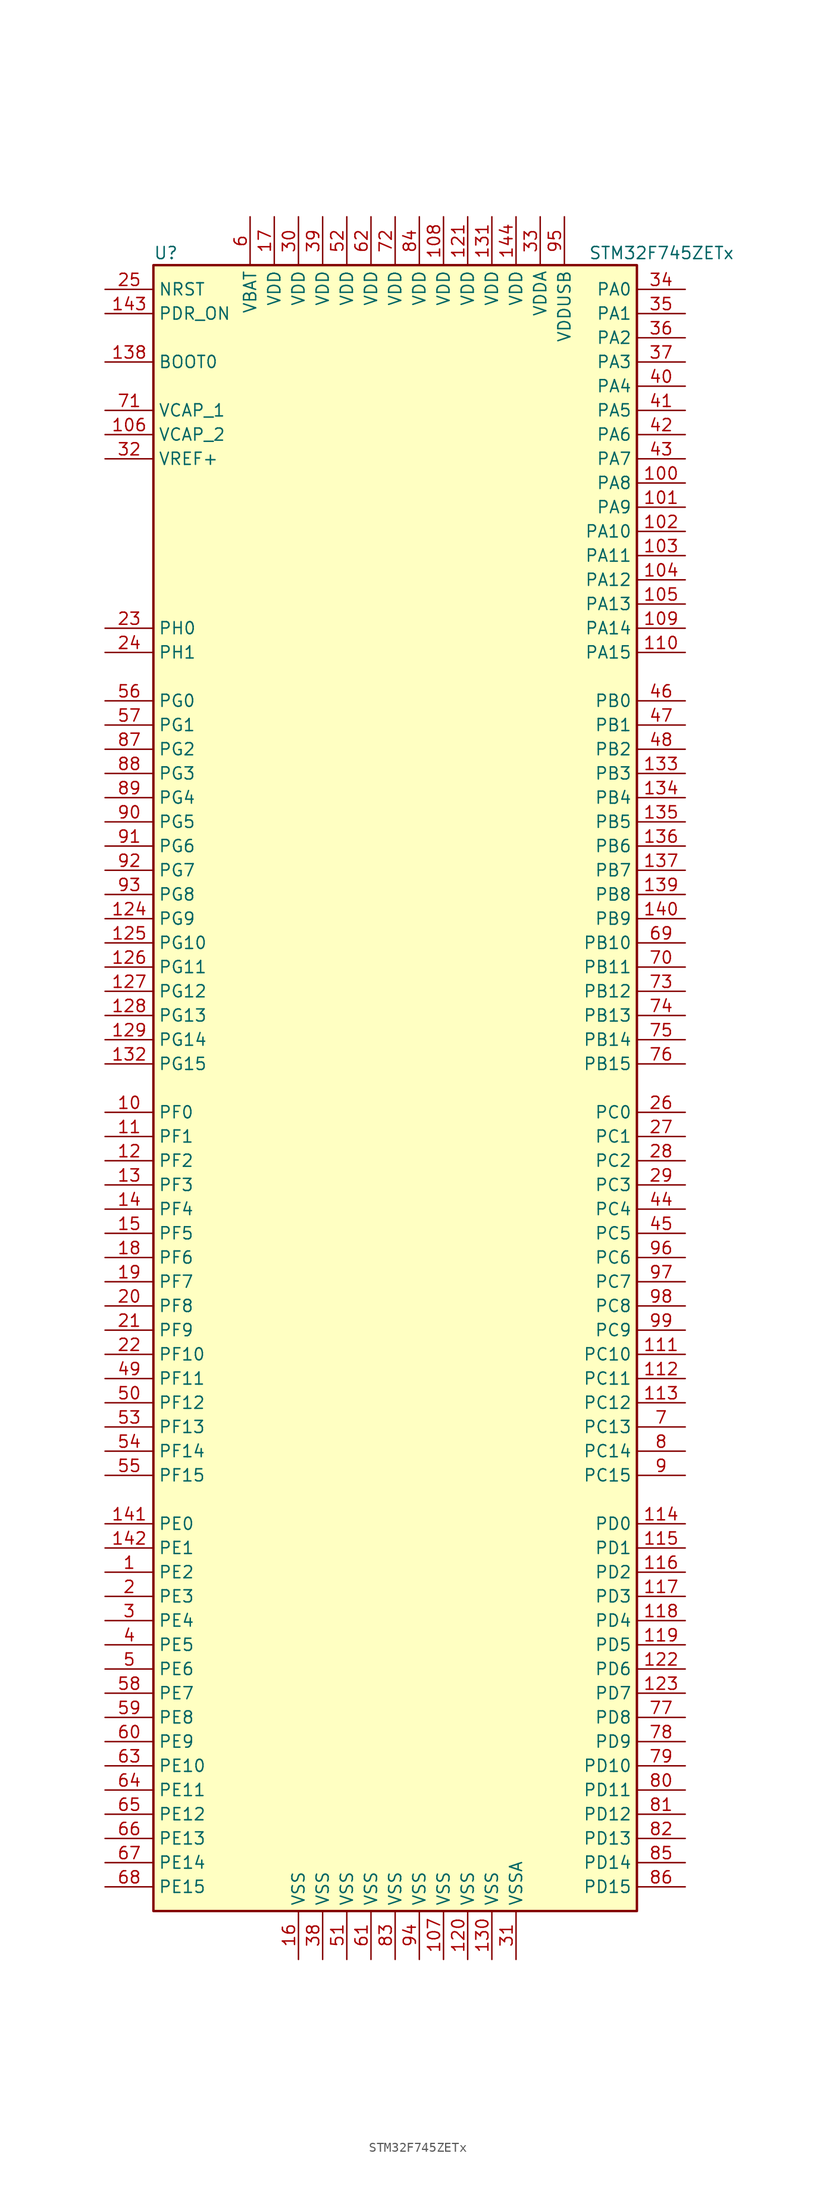
<source format=kicad_sym>
(kicad_symbol_lib
  (version 20201005)
  (generator kicad_symbol_editor)
  (symbol "STM32F745ZETx"
    (property "Reference" "U"
      (at -25.4 87.63 0)
      (effects (font (size 1.27 1.27)) (justify left)))
    (property "Value" "STM32F745ZETx"
      (at 20.32 87.63 0)
      (effects (font (size 1.27 1.27)) (justify left)))
    (symbol "STM32F745ZETx_0_1"
      (rectangle (start -25.4 -86.36) (end 25.4 86.36) (stroke (width 0.254)) (fill (type background))))
    (symbol "STM32F745ZETx_1_1"
      (pin bidirectional line (at -30.48 -50.8 0) (length 5.08) (name "PE2" (effects (font (size 1.27 1.27)))) (number "1" (effects (font (size 1.27 1.27)))))
      (pin bidirectional line (at -30.48 -2.54 0) (length 5.08) (name "PF0" (effects (font (size 1.27 1.27)))) (number "10" (effects (font (size 1.27 1.27)))))
      (pin bidirectional line (at 30.48 63.5 180) (length 5.08) (name "PA8" (effects (font (size 1.27 1.27)))) (number "100" (effects (font (size 1.27 1.27)))))
      (pin bidirectional line (at 30.48 60.96 180) (length 5.08) (name "PA9" (effects (font (size 1.27 1.27)))) (number "101" (effects (font (size 1.27 1.27)))))
      (pin bidirectional line (at 30.48 58.42 180) (length 5.08) (name "PA10" (effects (font (size 1.27 1.27)))) (number "102" (effects (font (size 1.27 1.27)))))
      (pin bidirectional line (at 30.48 55.88 180) (length 5.08) (name "PA11" (effects (font (size 1.27 1.27)))) (number "103" (effects (font (size 1.27 1.27)))))
      (pin bidirectional line (at 30.48 53.34 180) (length 5.08) (name "PA12" (effects (font (size 1.27 1.27)))) (number "104" (effects (font (size 1.27 1.27)))))
      (pin bidirectional line (at 30.48 50.8 180) (length 5.08) (name "PA13" (effects (font (size 1.27 1.27)))) (number "105" (effects (font (size 1.27 1.27)))))
      (pin power_in line (at -30.48 68.58 0) (length 5.08) (name "VCAP_2" (effects (font (size 1.27 1.27)))) (number "106" (effects (font (size 1.27 1.27)))))
      (pin power_in line (at 5.08 -91.44 90) (length 5.08) (name "VSS" (effects (font (size 1.27 1.27)))) (number "107" (effects (font (size 1.27 1.27)))))
      (pin power_in line (at 5.08 91.44 270) (length 5.08) (name "VDD" (effects (font (size 1.27 1.27)))) (number "108" (effects (font (size 1.27 1.27)))))
      (pin bidirectional line (at 30.48 48.26 180) (length 5.08) (name "PA14" (effects (font (size 1.27 1.27)))) (number "109" (effects (font (size 1.27 1.27)))))
      (pin bidirectional line (at -30.48 -5.08 0) (length 5.08) (name "PF1" (effects (font (size 1.27 1.27)))) (number "11" (effects (font (size 1.27 1.27)))))
      (pin bidirectional line (at 30.48 45.72 180) (length 5.08) (name "PA15" (effects (font (size 1.27 1.27)))) (number "110" (effects (font (size 1.27 1.27)))))
      (pin bidirectional line (at 30.48 -27.94 180) (length 5.08) (name "PC10" (effects (font (size 1.27 1.27)))) (number "111" (effects (font (size 1.27 1.27)))))
      (pin bidirectional line (at 30.48 -30.48 180) (length 5.08) (name "PC11" (effects (font (size 1.27 1.27)))) (number "112" (effects (font (size 1.27 1.27)))))
      (pin bidirectional line (at 30.48 -33.02 180) (length 5.08) (name "PC12" (effects (font (size 1.27 1.27)))) (number "113" (effects (font (size 1.27 1.27)))))
      (pin bidirectional line (at 30.48 -45.72 180) (length 5.08) (name "PD0" (effects (font (size 1.27 1.27)))) (number "114" (effects (font (size 1.27 1.27)))))
      (pin bidirectional line (at 30.48 -48.26 180) (length 5.08) (name "PD1" (effects (font (size 1.27 1.27)))) (number "115" (effects (font (size 1.27 1.27)))))
      (pin bidirectional line (at 30.48 -50.8 180) (length 5.08) (name "PD2" (effects (font (size 1.27 1.27)))) (number "116" (effects (font (size 1.27 1.27)))))
      (pin bidirectional line (at 30.48 -53.34 180) (length 5.08) (name "PD3" (effects (font (size 1.27 1.27)))) (number "117" (effects (font (size 1.27 1.27)))))
      (pin bidirectional line (at 30.48 -55.88 180) (length 5.08) (name "PD4" (effects (font (size 1.27 1.27)))) (number "118" (effects (font (size 1.27 1.27)))))
      (pin bidirectional line (at 30.48 -58.42 180) (length 5.08) (name "PD5" (effects (font (size 1.27 1.27)))) (number "119" (effects (font (size 1.27 1.27)))))
      (pin bidirectional line (at -30.48 -7.62 0) (length 5.08) (name "PF2" (effects (font (size 1.27 1.27)))) (number "12" (effects (font (size 1.27 1.27)))))
      (pin power_in line (at 7.62 -91.44 90) (length 5.08) (name "VSS" (effects (font (size 1.27 1.27)))) (number "120" (effects (font (size 1.27 1.27)))))
      (pin power_in line (at 7.62 91.44 270) (length 5.08) (name "VDD" (effects (font (size 1.27 1.27)))) (number "121" (effects (font (size 1.27 1.27)))))
      (pin bidirectional line (at 30.48 -60.96 180) (length 5.08) (name "PD6" (effects (font (size 1.27 1.27)))) (number "122" (effects (font (size 1.27 1.27)))))
      (pin bidirectional line (at 30.48 -63.5 180) (length 5.08) (name "PD7" (effects (font (size 1.27 1.27)))) (number "123" (effects (font (size 1.27 1.27)))))
      (pin bidirectional line (at -30.48 17.78 0) (length 5.08) (name "PG9" (effects (font (size 1.27 1.27)))) (number "124" (effects (font (size 1.27 1.27)))))
      (pin bidirectional line (at -30.48 15.24 0) (length 5.08) (name "PG10" (effects (font (size 1.27 1.27)))) (number "125" (effects (font (size 1.27 1.27)))))
      (pin bidirectional line (at -30.48 12.7 0) (length 5.08) (name "PG11" (effects (font (size 1.27 1.27)))) (number "126" (effects (font (size 1.27 1.27)))))
      (pin bidirectional line (at -30.48 10.16 0) (length 5.08) (name "PG12" (effects (font (size 1.27 1.27)))) (number "127" (effects (font (size 1.27 1.27)))))
      (pin bidirectional line (at -30.48 7.62 0) (length 5.08) (name "PG13" (effects (font (size 1.27 1.27)))) (number "128" (effects (font (size 1.27 1.27)))))
      (pin bidirectional line (at -30.48 5.08 0) (length 5.08) (name "PG14" (effects (font (size 1.27 1.27)))) (number "129" (effects (font (size 1.27 1.27)))))
      (pin bidirectional line (at -30.48 -10.16 0) (length 5.08) (name "PF3" (effects (font (size 1.27 1.27)))) (number "13" (effects (font (size 1.27 1.27)))))
      (pin power_in line (at 10.16 -91.44 90) (length 5.08) (name "VSS" (effects (font (size 1.27 1.27)))) (number "130" (effects (font (size 1.27 1.27)))))
      (pin power_in line (at 10.16 91.44 270) (length 5.08) (name "VDD" (effects (font (size 1.27 1.27)))) (number "131" (effects (font (size 1.27 1.27)))))
      (pin bidirectional line (at -30.48 2.54 0) (length 5.08) (name "PG15" (effects (font (size 1.27 1.27)))) (number "132" (effects (font (size 1.27 1.27)))))
      (pin bidirectional line (at 30.48 33.02 180) (length 5.08) (name "PB3" (effects (font (size 1.27 1.27)))) (number "133" (effects (font (size 1.27 1.27)))))
      (pin bidirectional line (at 30.48 30.48 180) (length 5.08) (name "PB4" (effects (font (size 1.27 1.27)))) (number "134" (effects (font (size 1.27 1.27)))))
      (pin bidirectional line (at 30.48 27.94 180) (length 5.08) (name "PB5" (effects (font (size 1.27 1.27)))) (number "135" (effects (font (size 1.27 1.27)))))
      (pin bidirectional line (at 30.48 25.4 180) (length 5.08) (name "PB6" (effects (font (size 1.27 1.27)))) (number "136" (effects (font (size 1.27 1.27)))))
      (pin bidirectional line (at 30.48 22.86 180) (length 5.08) (name "PB7" (effects (font (size 1.27 1.27)))) (number "137" (effects (font (size 1.27 1.27)))))
      (pin input line (at -30.48 76.2 0) (length 5.08) (name "BOOT0" (effects (font (size 1.27 1.27)))) (number "138" (effects (font (size 1.27 1.27)))))
      (pin bidirectional line (at 30.48 20.32 180) (length 5.08) (name "PB8" (effects (font (size 1.27 1.27)))) (number "139" (effects (font (size 1.27 1.27)))))
      (pin bidirectional line (at -30.48 -12.7 0) (length 5.08) (name "PF4" (effects (font (size 1.27 1.27)))) (number "14" (effects (font (size 1.27 1.27)))))
      (pin bidirectional line (at 30.48 17.78 180) (length 5.08) (name "PB9" (effects (font (size 1.27 1.27)))) (number "140" (effects (font (size 1.27 1.27)))))
      (pin bidirectional line (at -30.48 -45.72 0) (length 5.08) (name "PE0" (effects (font (size 1.27 1.27)))) (number "141" (effects (font (size 1.27 1.27)))))
      (pin bidirectional line (at -30.48 -48.26 0) (length 5.08) (name "PE1" (effects (font (size 1.27 1.27)))) (number "142" (effects (font (size 1.27 1.27)))))
      (pin input line (at -30.48 81.28 0) (length 5.08) (name "PDR_ON" (effects (font (size 1.27 1.27)))) (number "143" (effects (font (size 1.27 1.27)))))
      (pin power_in line (at 12.7 91.44 270) (length 5.08) (name "VDD" (effects (font (size 1.27 1.27)))) (number "144" (effects (font (size 1.27 1.27)))))
      (pin bidirectional line (at -30.48 -15.24 0) (length 5.08) (name "PF5" (effects (font (size 1.27 1.27)))) (number "15" (effects (font (size 1.27 1.27)))))
      (pin power_in line (at -10.16 -91.44 90) (length 5.08) (name "VSS" (effects (font (size 1.27 1.27)))) (number "16" (effects (font (size 1.27 1.27)))))
      (pin power_in line (at -12.7 91.44 270) (length 5.08) (name "VDD" (effects (font (size 1.27 1.27)))) (number "17" (effects (font (size 1.27 1.27)))))
      (pin bidirectional line (at -30.48 -17.78 0) (length 5.08) (name "PF6" (effects (font (size 1.27 1.27)))) (number "18" (effects (font (size 1.27 1.27)))))
      (pin bidirectional line (at -30.48 -20.32 0) (length 5.08) (name "PF7" (effects (font (size 1.27 1.27)))) (number "19" (effects (font (size 1.27 1.27)))))
      (pin bidirectional line (at -30.48 -53.34 0) (length 5.08) (name "PE3" (effects (font (size 1.27 1.27)))) (number "2" (effects (font (size 1.27 1.27)))))
      (pin bidirectional line (at -30.48 -22.86 0) (length 5.08) (name "PF8" (effects (font (size 1.27 1.27)))) (number "20" (effects (font (size 1.27 1.27)))))
      (pin bidirectional line (at -30.48 -25.4 0) (length 5.08) (name "PF9" (effects (font (size 1.27 1.27)))) (number "21" (effects (font (size 1.27 1.27)))))
      (pin bidirectional line (at -30.48 -27.94 0) (length 5.08) (name "PF10" (effects (font (size 1.27 1.27)))) (number "22" (effects (font (size 1.27 1.27)))))
      (pin input line (at -30.48 48.26 0) (length 5.08) (name "PH0" (effects (font (size 1.27 1.27)))) (number "23" (effects (font (size 1.27 1.27)))))
      (pin input line (at -30.48 45.72 0) (length 5.08) (name "PH1" (effects (font (size 1.27 1.27)))) (number "24" (effects (font (size 1.27 1.27)))))
      (pin input line (at -30.48 83.82 0) (length 5.08) (name "NRST" (effects (font (size 1.27 1.27)))) (number "25" (effects (font (size 1.27 1.27)))))
      (pin bidirectional line (at 30.48 -2.54 180) (length 5.08) (name "PC0" (effects (font (size 1.27 1.27)))) (number "26" (effects (font (size 1.27 1.27)))))
      (pin bidirectional line (at 30.48 -5.08 180) (length 5.08) (name "PC1" (effects (font (size 1.27 1.27)))) (number "27" (effects (font (size 1.27 1.27)))))
      (pin bidirectional line (at 30.48 -7.62 180) (length 5.08) (name "PC2" (effects (font (size 1.27 1.27)))) (number "28" (effects (font (size 1.27 1.27)))))
      (pin bidirectional line (at 30.48 -10.16 180) (length 5.08) (name "PC3" (effects (font (size 1.27 1.27)))) (number "29" (effects (font (size 1.27 1.27)))))
      (pin bidirectional line (at -30.48 -55.88 0) (length 5.08) (name "PE4" (effects (font (size 1.27 1.27)))) (number "3" (effects (font (size 1.27 1.27)))))
      (pin power_in line (at -10.16 91.44 270) (length 5.08) (name "VDD" (effects (font (size 1.27 1.27)))) (number "30" (effects (font (size 1.27 1.27)))))
      (pin power_in line (at 12.7 -91.44 90) (length 5.08) (name "VSSA" (effects (font (size 1.27 1.27)))) (number "31" (effects (font (size 1.27 1.27)))))
      (pin power_in line (at -30.48 66.04 0) (length 5.08) (name "VREF+" (effects (font (size 1.27 1.27)))) (number "32" (effects (font (size 1.27 1.27)))))
      (pin power_in line (at 15.24 91.44 270) (length 5.08) (name "VDDA" (effects (font (size 1.27 1.27)))) (number "33" (effects (font (size 1.27 1.27)))))
      (pin bidirectional line (at 30.48 83.82 180) (length 5.08) (name "PA0" (effects (font (size 1.27 1.27)))) (number "34" (effects (font (size 1.27 1.27)))))
      (pin bidirectional line (at 30.48 81.28 180) (length 5.08) (name "PA1" (effects (font (size 1.27 1.27)))) (number "35" (effects (font (size 1.27 1.27)))))
      (pin bidirectional line (at 30.48 78.74 180) (length 5.08) (name "PA2" (effects (font (size 1.27 1.27)))) (number "36" (effects (font (size 1.27 1.27)))))
      (pin bidirectional line (at 30.48 76.2 180) (length 5.08) (name "PA3" (effects (font (size 1.27 1.27)))) (number "37" (effects (font (size 1.27 1.27)))))
      (pin power_in line (at -7.62 -91.44 90) (length 5.08) (name "VSS" (effects (font (size 1.27 1.27)))) (number "38" (effects (font (size 1.27 1.27)))))
      (pin power_in line (at -7.62 91.44 270) (length 5.08) (name "VDD" (effects (font (size 1.27 1.27)))) (number "39" (effects (font (size 1.27 1.27)))))
      (pin bidirectional line (at -30.48 -58.42 0) (length 5.08) (name "PE5" (effects (font (size 1.27 1.27)))) (number "4" (effects (font (size 1.27 1.27)))))
      (pin bidirectional line (at 30.48 73.66 180) (length 5.08) (name "PA4" (effects (font (size 1.27 1.27)))) (number "40" (effects (font (size 1.27 1.27)))))
      (pin bidirectional line (at 30.48 71.12 180) (length 5.08) (name "PA5" (effects (font (size 1.27 1.27)))) (number "41" (effects (font (size 1.27 1.27)))))
      (pin bidirectional line (at 30.48 68.58 180) (length 5.08) (name "PA6" (effects (font (size 1.27 1.27)))) (number "42" (effects (font (size 1.27 1.27)))))
      (pin bidirectional line (at 30.48 66.04 180) (length 5.08) (name "PA7" (effects (font (size 1.27 1.27)))) (number "43" (effects (font (size 1.27 1.27)))))
      (pin bidirectional line (at 30.48 -12.7 180) (length 5.08) (name "PC4" (effects (font (size 1.27 1.27)))) (number "44" (effects (font (size 1.27 1.27)))))
      (pin bidirectional line (at 30.48 -15.24 180) (length 5.08) (name "PC5" (effects (font (size 1.27 1.27)))) (number "45" (effects (font (size 1.27 1.27)))))
      (pin bidirectional line (at 30.48 40.64 180) (length 5.08) (name "PB0" (effects (font (size 1.27 1.27)))) (number "46" (effects (font (size 1.27 1.27)))))
      (pin bidirectional line (at 30.48 38.1 180) (length 5.08) (name "PB1" (effects (font (size 1.27 1.27)))) (number "47" (effects (font (size 1.27 1.27)))))
      (pin bidirectional line (at 30.48 35.56 180) (length 5.08) (name "PB2" (effects (font (size 1.27 1.27)))) (number "48" (effects (font (size 1.27 1.27)))))
      (pin bidirectional line (at -30.48 -30.48 0) (length 5.08) (name "PF11" (effects (font (size 1.27 1.27)))) (number "49" (effects (font (size 1.27 1.27)))))
      (pin bidirectional line (at -30.48 -60.96 0) (length 5.08) (name "PE6" (effects (font (size 1.27 1.27)))) (number "5" (effects (font (size 1.27 1.27)))))
      (pin bidirectional line (at -30.48 -33.02 0) (length 5.08) (name "PF12" (effects (font (size 1.27 1.27)))) (number "50" (effects (font (size 1.27 1.27)))))
      (pin power_in line (at -5.08 -91.44 90) (length 5.08) (name "VSS" (effects (font (size 1.27 1.27)))) (number "51" (effects (font (size 1.27 1.27)))))
      (pin power_in line (at -5.08 91.44 270) (length 5.08) (name "VDD" (effects (font (size 1.27 1.27)))) (number "52" (effects (font (size 1.27 1.27)))))
      (pin bidirectional line (at -30.48 -35.56 0) (length 5.08) (name "PF13" (effects (font (size 1.27 1.27)))) (number "53" (effects (font (size 1.27 1.27)))))
      (pin bidirectional line (at -30.48 -38.1 0) (length 5.08) (name "PF14" (effects (font (size 1.27 1.27)))) (number "54" (effects (font (size 1.27 1.27)))))
      (pin bidirectional line (at -30.48 -40.64 0) (length 5.08) (name "PF15" (effects (font (size 1.27 1.27)))) (number "55" (effects (font (size 1.27 1.27)))))
      (pin bidirectional line (at -30.48 40.64 0) (length 5.08) (name "PG0" (effects (font (size 1.27 1.27)))) (number "56" (effects (font (size 1.27 1.27)))))
      (pin bidirectional line (at -30.48 38.1 0) (length 5.08) (name "PG1" (effects (font (size 1.27 1.27)))) (number "57" (effects (font (size 1.27 1.27)))))
      (pin bidirectional line (at -30.48 -63.5 0) (length 5.08) (name "PE7" (effects (font (size 1.27 1.27)))) (number "58" (effects (font (size 1.27 1.27)))))
      (pin bidirectional line (at -30.48 -66.04 0) (length 5.08) (name "PE8" (effects (font (size 1.27 1.27)))) (number "59" (effects (font (size 1.27 1.27)))))
      (pin power_in line (at -15.24 91.44 270) (length 5.08) (name "VBAT" (effects (font (size 1.27 1.27)))) (number "6" (effects (font (size 1.27 1.27)))))
      (pin bidirectional line (at -30.48 -68.58 0) (length 5.08) (name "PE9" (effects (font (size 1.27 1.27)))) (number "60" (effects (font (size 1.27 1.27)))))
      (pin power_in line (at -2.54 -91.44 90) (length 5.08) (name "VSS" (effects (font (size 1.27 1.27)))) (number "61" (effects (font (size 1.27 1.27)))))
      (pin power_in line (at -2.54 91.44 270) (length 5.08) (name "VDD" (effects (font (size 1.27 1.27)))) (number "62" (effects (font (size 1.27 1.27)))))
      (pin bidirectional line (at -30.48 -71.12 0) (length 5.08) (name "PE10" (effects (font (size 1.27 1.27)))) (number "63" (effects (font (size 1.27 1.27)))))
      (pin bidirectional line (at -30.48 -73.66 0) (length 5.08) (name "PE11" (effects (font (size 1.27 1.27)))) (number "64" (effects (font (size 1.27 1.27)))))
      (pin bidirectional line (at -30.48 -76.2 0) (length 5.08) (name "PE12" (effects (font (size 1.27 1.27)))) (number "65" (effects (font (size 1.27 1.27)))))
      (pin bidirectional line (at -30.48 -78.74 0) (length 5.08) (name "PE13" (effects (font (size 1.27 1.27)))) (number "66" (effects (font (size 1.27 1.27)))))
      (pin bidirectional line (at -30.48 -81.28 0) (length 5.08) (name "PE14" (effects (font (size 1.27 1.27)))) (number "67" (effects (font (size 1.27 1.27)))))
      (pin bidirectional line (at -30.48 -83.82 0) (length 5.08) (name "PE15" (effects (font (size 1.27 1.27)))) (number "68" (effects (font (size 1.27 1.27)))))
      (pin bidirectional line (at 30.48 15.24 180) (length 5.08) (name "PB10" (effects (font (size 1.27 1.27)))) (number "69" (effects (font (size 1.27 1.27)))))
      (pin bidirectional line (at 30.48 -35.56 180) (length 5.08) (name "PC13" (effects (font (size 1.27 1.27)))) (number "7" (effects (font (size 1.27 1.27)))))
      (pin bidirectional line (at 30.48 12.7 180) (length 5.08) (name "PB11" (effects (font (size 1.27 1.27)))) (number "70" (effects (font (size 1.27 1.27)))))
      (pin power_in line (at -30.48 71.12 0) (length 5.08) (name "VCAP_1" (effects (font (size 1.27 1.27)))) (number "71" (effects (font (size 1.27 1.27)))))
      (pin power_in line (at 0 91.44 270) (length 5.08) (name "VDD" (effects (font (size 1.27 1.27)))) (number "72" (effects (font (size 1.27 1.27)))))
      (pin bidirectional line (at 30.48 10.16 180) (length 5.08) (name "PB12" (effects (font (size 1.27 1.27)))) (number "73" (effects (font (size 1.27 1.27)))))
      (pin bidirectional line (at 30.48 7.62 180) (length 5.08) (name "PB13" (effects (font (size 1.27 1.27)))) (number "74" (effects (font (size 1.27 1.27)))))
      (pin bidirectional line (at 30.48 5.08 180) (length 5.08) (name "PB14" (effects (font (size 1.27 1.27)))) (number "75" (effects (font (size 1.27 1.27)))))
      (pin bidirectional line (at 30.48 2.54 180) (length 5.08) (name "PB15" (effects (font (size 1.27 1.27)))) (number "76" (effects (font (size 1.27 1.27)))))
      (pin bidirectional line (at 30.48 -66.04 180) (length 5.08) (name "PD8" (effects (font (size 1.27 1.27)))) (number "77" (effects (font (size 1.27 1.27)))))
      (pin bidirectional line (at 30.48 -68.58 180) (length 5.08) (name "PD9" (effects (font (size 1.27 1.27)))) (number "78" (effects (font (size 1.27 1.27)))))
      (pin bidirectional line (at 30.48 -71.12 180) (length 5.08) (name "PD10" (effects (font (size 1.27 1.27)))) (number "79" (effects (font (size 1.27 1.27)))))
      (pin bidirectional line (at 30.48 -38.1 180) (length 5.08) (name "PC14" (effects (font (size 1.27 1.27)))) (number "8" (effects (font (size 1.27 1.27)))))
      (pin bidirectional line (at 30.48 -73.66 180) (length 5.08) (name "PD11" (effects (font (size 1.27 1.27)))) (number "80" (effects (font (size 1.27 1.27)))))
      (pin bidirectional line (at 30.48 -76.2 180) (length 5.08) (name "PD12" (effects (font (size 1.27 1.27)))) (number "81" (effects (font (size 1.27 1.27)))))
      (pin bidirectional line (at 30.48 -78.74 180) (length 5.08) (name "PD13" (effects (font (size 1.27 1.27)))) (number "82" (effects (font (size 1.27 1.27)))))
      (pin power_in line (at 0 -91.44 90) (length 5.08) (name "VSS" (effects (font (size 1.27 1.27)))) (number "83" (effects (font (size 1.27 1.27)))))
      (pin power_in line (at 2.54 91.44 270) (length 5.08) (name "VDD" (effects (font (size 1.27 1.27)))) (number "84" (effects (font (size 1.27 1.27)))))
      (pin bidirectional line (at 30.48 -81.28 180) (length 5.08) (name "PD14" (effects (font (size 1.27 1.27)))) (number "85" (effects (font (size 1.27 1.27)))))
      (pin bidirectional line (at 30.48 -83.82 180) (length 5.08) (name "PD15" (effects (font (size 1.27 1.27)))) (number "86" (effects (font (size 1.27 1.27)))))
      (pin bidirectional line (at -30.48 35.56 0) (length 5.08) (name "PG2" (effects (font (size 1.27 1.27)))) (number "87" (effects (font (size 1.27 1.27)))))
      (pin bidirectional line (at -30.48 33.02 0) (length 5.08) (name "PG3" (effects (font (size 1.27 1.27)))) (number "88" (effects (font (size 1.27 1.27)))))
      (pin bidirectional line (at -30.48 30.48 0) (length 5.08) (name "PG4" (effects (font (size 1.27 1.27)))) (number "89" (effects (font (size 1.27 1.27)))))
      (pin bidirectional line (at 30.48 -40.64 180) (length 5.08) (name "PC15" (effects (font (size 1.27 1.27)))) (number "9" (effects (font (size 1.27 1.27)))))
      (pin bidirectional line (at -30.48 27.94 0) (length 5.08) (name "PG5" (effects (font (size 1.27 1.27)))) (number "90" (effects (font (size 1.27 1.27)))))
      (pin bidirectional line (at -30.48 25.4 0) (length 5.08) (name "PG6" (effects (font (size 1.27 1.27)))) (number "91" (effects (font (size 1.27 1.27)))))
      (pin bidirectional line (at -30.48 22.86 0) (length 5.08) (name "PG7" (effects (font (size 1.27 1.27)))) (number "92" (effects (font (size 1.27 1.27)))))
      (pin bidirectional line (at -30.48 20.32 0) (length 5.08) (name "PG8" (effects (font (size 1.27 1.27)))) (number "93" (effects (font (size 1.27 1.27)))))
      (pin power_in line (at 2.54 -91.44 90) (length 5.08) (name "VSS" (effects (font (size 1.27 1.27)))) (number "94" (effects (font (size 1.27 1.27)))))
      (pin power_in line (at 17.78 91.44 270) (length 5.08) (name "VDDUSB" (effects (font (size 1.27 1.27)))) (number "95" (effects (font (size 1.27 1.27)))))
      (pin bidirectional line (at 30.48 -17.78 180) (length 5.08) (name "PC6" (effects (font (size 1.27 1.27)))) (number "96" (effects (font (size 1.27 1.27)))))
      (pin bidirectional line (at 30.48 -20.32 180) (length 5.08) (name "PC7" (effects (font (size 1.27 1.27)))) (number "97" (effects (font (size 1.27 1.27)))))
      (pin bidirectional line (at 30.48 -22.86 180) (length 5.08) (name "PC8" (effects (font (size 1.27 1.27)))) (number "98" (effects (font (size 1.27 1.27)))))
      (pin bidirectional line (at 30.48 -25.4 180) (length 5.08) (name "PC9" (effects (font (size 1.27 1.27)))) (number "99" (effects (font (size 1.27 1.27))))))))
</source>
